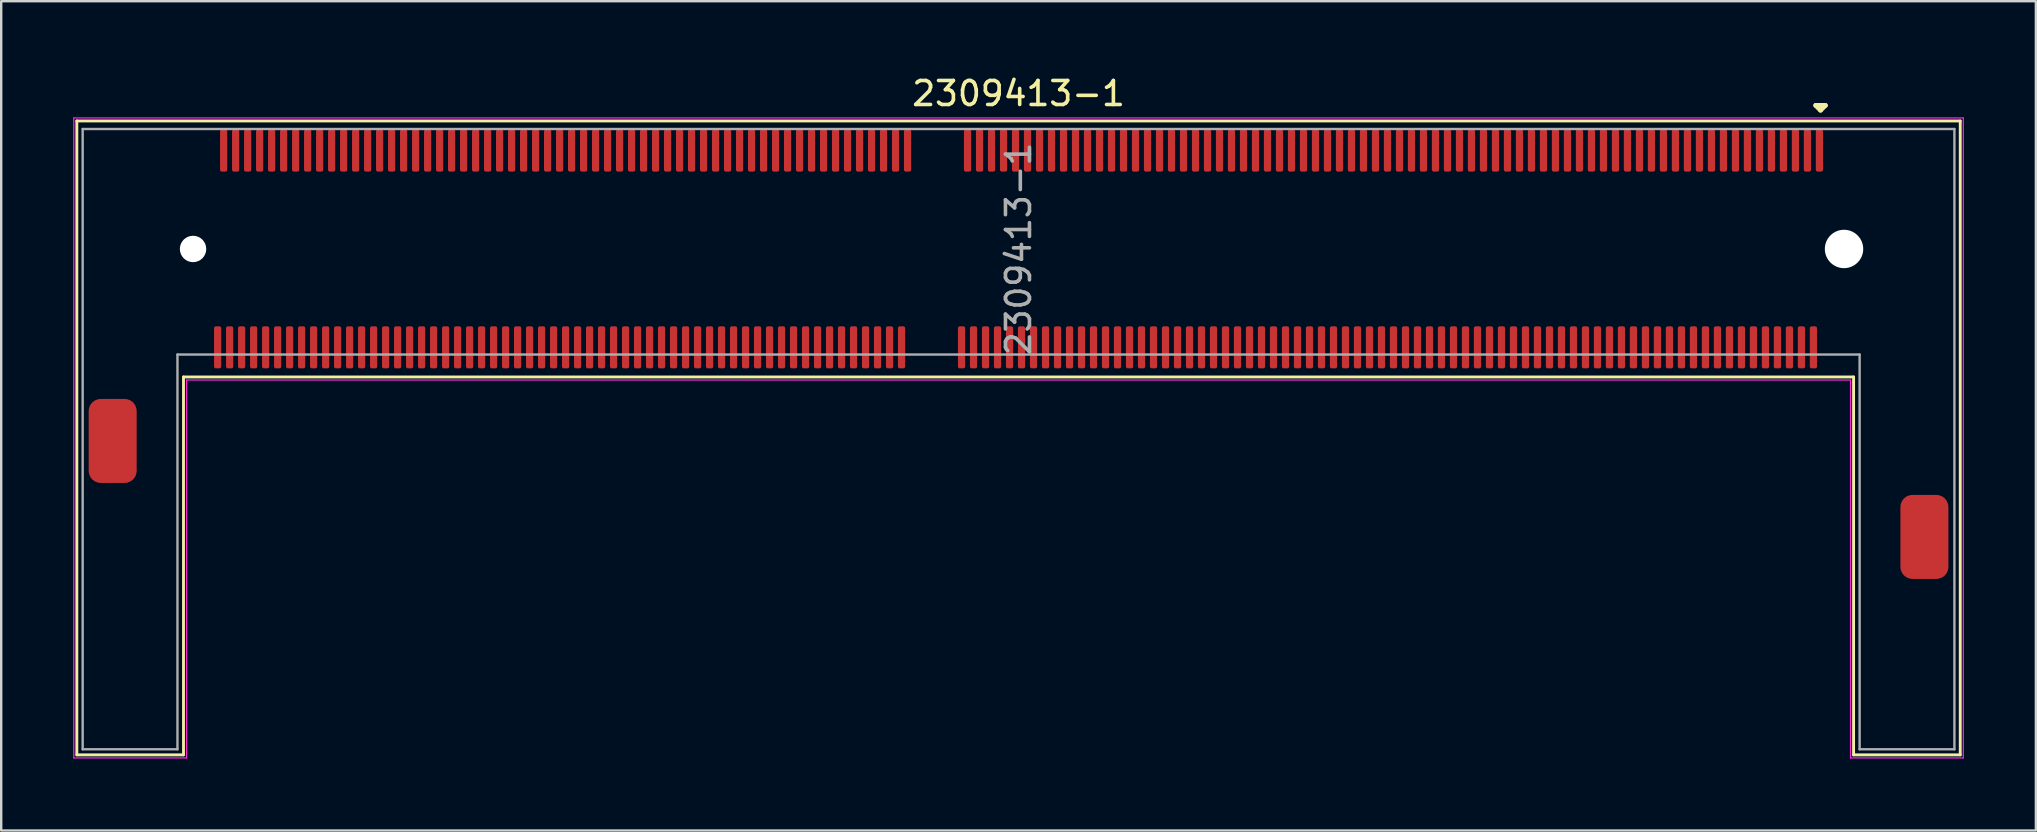
<source format=kicad_pcb>
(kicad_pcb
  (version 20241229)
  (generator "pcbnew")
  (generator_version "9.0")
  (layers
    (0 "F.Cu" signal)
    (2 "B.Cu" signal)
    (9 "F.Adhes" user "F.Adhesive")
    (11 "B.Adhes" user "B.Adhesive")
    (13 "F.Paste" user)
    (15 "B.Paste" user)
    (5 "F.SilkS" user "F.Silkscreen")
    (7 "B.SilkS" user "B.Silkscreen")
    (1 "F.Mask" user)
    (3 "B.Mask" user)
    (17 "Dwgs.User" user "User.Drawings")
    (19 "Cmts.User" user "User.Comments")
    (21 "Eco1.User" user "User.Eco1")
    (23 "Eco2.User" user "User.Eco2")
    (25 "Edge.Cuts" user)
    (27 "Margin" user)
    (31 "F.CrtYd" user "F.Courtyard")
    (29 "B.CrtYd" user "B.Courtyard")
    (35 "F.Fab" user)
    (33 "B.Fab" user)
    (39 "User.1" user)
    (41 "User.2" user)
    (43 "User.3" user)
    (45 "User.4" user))
  (footprint "2309413-1"
    (layer "F.Cu")
    (at 39.395 7.325)
    (property "Reference" "2309413-1" (at 0 -6.477 0) (layer "F.SilkS") (effects (font (size 1 1) (thickness 0.15))))
    (attr smd)
    (fp_line (start -39.243 -5.334) (end 39.243 -5.334) (stroke (width 0.12) (type solid)) (layer "F.SilkS"))
    (fp_line (start -39.243 21.082) (end -39.243 -5.334) (stroke (width 0.12) (type solid)) (layer "F.SilkS"))
    (fp_line (start -39.243 21.082) (end -34.798 21.082) (stroke (width 0.12) (type solid)) (layer "F.SilkS"))
    (fp_line (start -34.798 5.334) (end -34.798 21.082) (stroke (width 0.12) (type solid)) (layer "F.SilkS"))
    (fp_line (start -34.798 5.334) (end 34.798 5.334) (stroke (width 0.12) (type solid)) (layer "F.SilkS"))
    (fp_line (start 33.222 -5.983) (end 33.622 -5.983) (stroke (width 0.2) (type solid)) (layer "F.SilkS"))
    (fp_line (start 33.422 -5.783) (end 33.222 -5.983) (stroke (width 0.2) (type solid)) (layer "F.SilkS"))
    (fp_line (start 33.622 -5.983) (end 33.422 -5.783) (stroke (width 0.2) (type solid)) (layer "F.SilkS"))
    (fp_line (start 34.798 21.082) (end 34.798 5.334) (stroke (width 0.12) (type solid)) (layer "F.SilkS"))
    (fp_line (start 34.798 21.082) (end 39.243 21.082) (stroke (width 0.12) (type solid)) (layer "F.SilkS"))
    (fp_line (start 39.243 -5.334) (end 39.243 21.082) (stroke (width 0.12) (type solid)) (layer "F.SilkS"))
    (fp_line (start -39.37 -5.461) (end -39.37 21.209) (stroke (width 0.05) (type solid)) (layer "F.CrtYd"))
    (fp_line (start -39.37 21.209) (end -34.671 21.209) (stroke (width 0.05) (type solid)) (layer "F.CrtYd"))
    (fp_line (start -34.671 5.461) (end 34.671 5.461) (stroke (width 0.05) (type solid)) (layer "F.CrtYd"))
    (fp_line (start -34.671 21.209) (end -34.671 5.461) (stroke (width 0.05) (type solid)) (layer "F.CrtYd"))
    (fp_line (start 34.671 21.209) (end 34.671 5.461) (stroke (width 0.05) (type solid)) (layer "F.CrtYd"))
    (fp_line (start 39.37 -5.461) (end -39.37 -5.461) (stroke (width 0.05) (type solid)) (layer "F.CrtYd"))
    (fp_line (start 39.37 21.209) (end 34.671 21.209) (stroke (width 0.05) (type solid)) (layer "F.CrtYd"))
    (fp_line (start 39.37 21.209) (end 39.37 -5.461) (stroke (width 0.05) (type solid)) (layer "F.CrtYd"))
    (fp_line (start -39 -5) (end 39 -5) (stroke (width 0.1) (type solid)) (layer "F.Fab"))
    (fp_line (start -39 20.85) (end -39 -5) (stroke (width 0.1) (type solid)) (layer "F.Fab"))
    (fp_line (start -35.05 20.85) (end -39 20.85) (stroke (width 0.1) (type solid)) (layer "F.Fab"))
    (fp_line (start -35.05 20.85) (end -35.05 4.4) (stroke (width 0.1) (type solid)) (layer "F.Fab"))
    (fp_line (start 35.05 4.4) (end -35.05 4.4) (stroke (width 0.1) (type solid)) (layer "F.Fab"))
    (fp_line (start 35.05 20.85) (end 35.05 4.4) (stroke (width 0.1) (type solid)) (layer "F.Fab"))
    (fp_line (start 39 -5) (end 39 20.85) (stroke (width 0.1) (type solid)) (layer "F.Fab"))
    (fp_line (start 39 20.85) (end 35.05 20.85) (stroke (width 0.1) (type solid)) (layer "F.Fab"))
    (fp_text user "${REFERENCE}" (at 0 0 90) (layer "F.Fab") (effects (font (size 1 1) (thickness 0.15))))
    (pad "" np_thru_hole circle (at -34.4 0) (size 1.1 1.1) (drill 1.1) (layers "*.Cu" "*.Mask"))
    (pad "" np_thru_hole circle (at 34.4 0) (size 1.6 1.6) (drill 1.6) (layers "*.Cu" "*.Mask"))
    (pad "1" smd roundrect (at 33.375 -4.1) (size 0.3 1.75) (layers "F.Cu" "F.Mask" "F.Paste") (roundrect_rratio 0.25))
    (pad "2" smd roundrect (at 33.125 4.1) (size 0.3 1.75) (layers "F.Cu" "F.Mask" "F.Paste") (roundrect_rratio 0.25))
    (pad "3" smd roundrect (at 32.875 -4.1) (size 0.3 1.75) (layers "F.Cu" "F.Mask" "F.Paste") (roundrect_rratio 0.25))
    (pad "4" smd roundrect (at 32.625 4.1) (size 0.3 1.75) (layers "F.Cu" "F.Mask" "F.Paste") (roundrect_rratio 0.25))
    (pad "5" smd roundrect (at 32.375 -4.1) (size 0.3 1.75) (layers "F.Cu" "F.Mask" "F.Paste") (roundrect_rratio 0.25))
    (pad "6" smd roundrect (at 32.125 4.1) (size 0.3 1.75) (layers "F.Cu" "F.Mask" "F.Paste") (roundrect_rratio 0.25))
    (pad "7" smd roundrect (at 31.875 -4.1) (size 0.3 1.75) (layers "F.Cu" "F.Mask" "F.Paste") (roundrect_rratio 0.25))
    (pad "8" smd roundrect (at 31.625 4.1) (size 0.3 1.75) (layers "F.Cu" "F.Mask" "F.Paste") (roundrect_rratio 0.25))
    (pad "9" smd roundrect (at 31.375 -4.1) (size 0.3 1.75) (layers "F.Cu" "F.Mask" "F.Paste") (roundrect_rratio 0.25))
    (pad "10" smd roundrect (at 31.125 4.1) (size 0.3 1.75) (layers "F.Cu" "F.Mask" "F.Paste") (roundrect_rratio 0.25))
    (pad "11" smd roundrect (at 30.875 -4.1) (size 0.3 1.75) (layers "F.Cu" "F.Mask" "F.Paste") (roundrect_rratio 0.25))
    (pad "12" smd roundrect (at 30.625 4.1) (size 0.3 1.75) (layers "F.Cu" "F.Mask" "F.Paste") (roundrect_rratio 0.25))
    (pad "13" smd roundrect (at 30.375 -4.1) (size 0.3 1.75) (layers "F.Cu" "F.Mask" "F.Paste") (roundrect_rratio 0.25))
    (pad "14" smd roundrect (at 30.125 4.1) (size 0.3 1.75) (layers "F.Cu" "F.Mask" "F.Paste") (roundrect_rratio 0.25))
    (pad "15" smd roundrect (at 29.875 -4.1) (size 0.3 1.75) (layers "F.Cu" "F.Mask" "F.Paste") (roundrect_rratio 0.25))
    (pad "16" smd roundrect (at 29.625 4.1) (size 0.3 1.75) (layers "F.Cu" "F.Mask" "F.Paste") (roundrect_rratio 0.25))
    (pad "17" smd roundrect (at 29.375 -4.1) (size 0.3 1.75) (layers "F.Cu" "F.Mask" "F.Paste") (roundrect_rratio 0.25))
    (pad "18" smd roundrect (at 29.125 4.1) (size 0.3 1.75) (layers "F.Cu" "F.Mask" "F.Paste") (roundrect_rratio 0.25))
    (pad "19" smd roundrect (at 28.875 -4.1) (size 0.3 1.75) (layers "F.Cu" "F.Mask" "F.Paste") (roundrect_rratio 0.25))
    (pad "20" smd roundrect (at 28.625 4.1) (size 0.3 1.75) (layers "F.Cu" "F.Mask" "F.Paste") (roundrect_rratio 0.25))
    (pad "21" smd roundrect (at 28.375 -4.1) (size 0.3 1.75) (layers "F.Cu" "F.Mask" "F.Paste") (roundrect_rratio 0.25))
    (pad "22" smd roundrect (at 28.125 4.1) (size 0.3 1.75) (layers "F.Cu" "F.Mask" "F.Paste") (roundrect_rratio 0.25))
    (pad "23" smd roundrect (at 27.875 -4.1) (size 0.3 1.75) (layers "F.Cu" "F.Mask" "F.Paste") (roundrect_rratio 0.25))
    (pad "24" smd roundrect (at 27.625 4.1) (size 0.3 1.75) (layers "F.Cu" "F.Mask" "F.Paste") (roundrect_rratio 0.25))
    (pad "25" smd roundrect (at 27.375 -4.1) (size 0.3 1.75) (layers "F.Cu" "F.Mask" "F.Paste") (roundrect_rratio 0.25))
    (pad "26" smd roundrect (at 27.125 4.1) (size 0.3 1.75) (layers "F.Cu" "F.Mask" "F.Paste") (roundrect_rratio 0.25))
    (pad "27" smd roundrect (at 26.875 -4.1) (size 0.3 1.75) (layers "F.Cu" "F.Mask" "F.Paste") (roundrect_rratio 0.25))
    (pad "28" smd roundrect (at 26.625 4.1) (size 0.3 1.75) (layers "F.Cu" "F.Mask" "F.Paste") (roundrect_rratio 0.25))
    (pad "29" smd roundrect (at 26.375 -4.1) (size 0.3 1.75) (layers "F.Cu" "F.Mask" "F.Paste") (roundrect_rratio 0.25))
    (pad "30" smd roundrect (at 26.125 4.1) (size 0.3 1.75) (layers "F.Cu" "F.Mask" "F.Paste") (roundrect_rratio 0.25))
    (pad "31" smd roundrect (at 25.875 -4.1) (size 0.3 1.75) (layers "F.Cu" "F.Mask" "F.Paste") (roundrect_rratio 0.25))
    (pad "32" smd roundrect (at 25.625 4.1) (size 0.3 1.75) (layers "F.Cu" "F.Mask" "F.Paste") (roundrect_rratio 0.25))
    (pad "33" smd roundrect (at 25.375 -4.1) (size 0.3 1.75) (layers "F.Cu" "F.Mask" "F.Paste") (roundrect_rratio 0.25))
    (pad "34" smd roundrect (at 25.125 4.1) (size 0.3 1.75) (layers "F.Cu" "F.Mask" "F.Paste") (roundrect_rratio 0.25))
    (pad "35" smd roundrect (at 24.875 -4.1) (size 0.3 1.75) (layers "F.Cu" "F.Mask" "F.Paste") (roundrect_rratio 0.25))
    (pad "36" smd roundrect (at 24.625 4.1) (size 0.3 1.75) (layers "F.Cu" "F.Mask" "F.Paste") (roundrect_rratio 0.25))
    (pad "37" smd roundrect (at 24.375 -4.1) (size 0.3 1.75) (layers "F.Cu" "F.Mask" "F.Paste") (roundrect_rratio 0.25))
    (pad "38" smd roundrect (at 24.125 4.1) (size 0.3 1.75) (layers "F.Cu" "F.Mask" "F.Paste") (roundrect_rratio 0.25))
    (pad "39" smd roundrect (at 23.875 -4.1) (size 0.3 1.75) (layers "F.Cu" "F.Mask" "F.Paste") (roundrect_rratio 0.25))
    (pad "40" smd roundrect (at 23.625 4.1) (size 0.3 1.75) (layers "F.Cu" "F.Mask" "F.Paste") (roundrect_rratio 0.25))
    (pad "41" smd roundrect (at 23.375 -4.1) (size 0.3 1.75) (layers "F.Cu" "F.Mask" "F.Paste") (roundrect_rratio 0.25))
    (pad "42" smd roundrect (at 23.125 4.1) (size 0.3 1.75) (layers "F.Cu" "F.Mask" "F.Paste") (roundrect_rratio 0.25))
    (pad "43" smd roundrect (at 22.875 -4.1) (size 0.3 1.75) (layers "F.Cu" "F.Mask" "F.Paste") (roundrect_rratio 0.25))
    (pad "44" smd roundrect (at 22.625 4.1) (size 0.3 1.75) (layers "F.Cu" "F.Mask" "F.Paste") (roundrect_rratio 0.25))
    (pad "45" smd roundrect (at 22.375 -4.1) (size 0.3 1.75) (layers "F.Cu" "F.Mask" "F.Paste") (roundrect_rratio 0.25))
    (pad "46" smd roundrect (at 22.125 4.1) (size 0.3 1.75) (layers "F.Cu" "F.Mask" "F.Paste") (roundrect_rratio 0.25))
    (pad "47" smd roundrect (at 21.875 -4.1) (size 0.3 1.75) (layers "F.Cu" "F.Mask" "F.Paste") (roundrect_rratio 0.25))
    (pad "48" smd roundrect (at 21.625 4.1) (size 0.3 1.75) (layers "F.Cu" "F.Mask" "F.Paste") (roundrect_rratio 0.25))
    (pad "49" smd roundrect (at 21.375 -4.1) (size 0.3 1.75) (layers "F.Cu" "F.Mask" "F.Paste") (roundrect_rratio 0.25))
    (pad "50" smd roundrect (at 21.125 4.1) (size 0.3 1.75) (layers "F.Cu" "F.Mask" "F.Paste") (roundrect_rratio 0.25))
    (pad "51" smd roundrect (at 20.875 -4.1) (size 0.3 1.75) (layers "F.Cu" "F.Mask" "F.Paste") (roundrect_rratio 0.25))
    (pad "52" smd roundrect (at 20.625 4.1) (size 0.3 1.75) (layers "F.Cu" "F.Mask" "F.Paste") (roundrect_rratio 0.25))
    (pad "53" smd roundrect (at 20.375 -4.1) (size 0.3 1.75) (layers "F.Cu" "F.Mask" "F.Paste") (roundrect_rratio 0.25))
    (pad "54" smd roundrect (at 20.125 4.1) (size 0.3 1.75) (layers "F.Cu" "F.Mask" "F.Paste") (roundrect_rratio 0.25))
    (pad "55" smd roundrect (at 19.875 -4.1) (size 0.3 1.75) (layers "F.Cu" "F.Mask" "F.Paste") (roundrect_rratio 0.25))
    (pad "56" smd roundrect (at 19.625 4.1) (size 0.3 1.75) (layers "F.Cu" "F.Mask" "F.Paste") (roundrect_rratio 0.25))
    (pad "57" smd roundrect (at 19.375 -4.1) (size 0.3 1.75) (layers "F.Cu" "F.Mask" "F.Paste") (roundrect_rratio 0.25))
    (pad "58" smd roundrect (at 19.125 4.1) (size 0.3 1.75) (layers "F.Cu" "F.Mask" "F.Paste") (roundrect_rratio 0.25))
    (pad "59" smd roundrect (at 18.875 -4.1) (size 0.3 1.75) (layers "F.Cu" "F.Mask" "F.Paste") (roundrect_rratio 0.25))
    (pad "60" smd roundrect (at 18.625 4.1) (size 0.3 1.75) (layers "F.Cu" "F.Mask" "F.Paste") (roundrect_rratio 0.25))
    (pad "61" smd roundrect (at 18.375 -4.1) (size 0.3 1.75) (layers "F.Cu" "F.Mask" "F.Paste") (roundrect_rratio 0.25))
    (pad "62" smd roundrect (at 18.125 4.1) (size 0.3 1.75) (layers "F.Cu" "F.Mask" "F.Paste") (roundrect_rratio 0.25))
    (pad "63" smd roundrect (at 17.875 -4.1) (size 0.3 1.75) (layers "F.Cu" "F.Mask" "F.Paste") (roundrect_rratio 0.25))
    (pad "64" smd roundrect (at 17.625 4.1) (size 0.3 1.75) (layers "F.Cu" "F.Mask" "F.Paste") (roundrect_rratio 0.25))
    (pad "65" smd roundrect (at 17.375 -4.1) (size 0.3 1.75) (layers "F.Cu" "F.Mask" "F.Paste") (roundrect_rratio 0.25))
    (pad "66" smd roundrect (at 17.125 4.1) (size 0.3 1.75) (layers "F.Cu" "F.Mask" "F.Paste") (roundrect_rratio 0.25))
    (pad "67" smd roundrect (at 16.875 -4.1) (size 0.3 1.75) (layers "F.Cu" "F.Mask" "F.Paste") (roundrect_rratio 0.25))
    (pad "68" smd roundrect (at 16.625 4.1) (size 0.3 1.75) (layers "F.Cu" "F.Mask" "F.Paste") (roundrect_rratio 0.25))
    (pad "69" smd roundrect (at 16.375 -4.1) (size 0.3 1.75) (layers "F.Cu" "F.Mask" "F.Paste") (roundrect_rratio 0.25))
    (pad "70" smd roundrect (at 16.125 4.1) (size 0.3 1.75) (layers "F.Cu" "F.Mask" "F.Paste") (roundrect_rratio 0.25))
    (pad "71" smd roundrect (at 15.875 -4.1) (size 0.3 1.75) (layers "F.Cu" "F.Mask" "F.Paste") (roundrect_rratio 0.25))
    (pad "72" smd roundrect (at 15.625 4.1) (size 0.3 1.75) (layers "F.Cu" "F.Mask" "F.Paste") (roundrect_rratio 0.25))
    (pad "73" smd roundrect (at 15.375 -4.1) (size 0.3 1.75) (layers "F.Cu" "F.Mask" "F.Paste") (roundrect_rratio 0.25))
    (pad "74" smd roundrect (at 15.125 4.1) (size 0.3 1.75) (layers "F.Cu" "F.Mask" "F.Paste") (roundrect_rratio 0.25))
    (pad "75" smd roundrect (at 14.875 -4.1) (size 0.3 1.75) (layers "F.Cu" "F.Mask" "F.Paste") (roundrect_rratio 0.25))
    (pad "76" smd roundrect (at 14.625 4.1) (size 0.3 1.75) (layers "F.Cu" "F.Mask" "F.Paste") (roundrect_rratio 0.25))
    (pad "77" smd roundrect (at 14.375 -4.1) (size 0.3 1.75) (layers "F.Cu" "F.Mask" "F.Paste") (roundrect_rratio 0.25))
    (pad "78" smd roundrect (at 14.125 4.1) (size 0.3 1.75) (layers "F.Cu" "F.Mask" "F.Paste") (roundrect_rratio 0.25))
    (pad "79" smd roundrect (at 13.875 -4.1) (size 0.3 1.75) (layers "F.Cu" "F.Mask" "F.Paste") (roundrect_rratio 0.25))
    (pad "80" smd roundrect (at 13.625 4.1) (size 0.3 1.75) (layers "F.Cu" "F.Mask" "F.Paste") (roundrect_rratio 0.25))
    (pad "81" smd roundrect (at 13.375 -4.1) (size 0.3 1.75) (layers "F.Cu" "F.Mask" "F.Paste") (roundrect_rratio 0.25))
    (pad "82" smd roundrect (at 13.125 4.1) (size 0.3 1.75) (layers "F.Cu" "F.Mask" "F.Paste") (roundrect_rratio 0.25))
    (pad "83" smd roundrect (at 12.875 -4.1) (size 0.3 1.75) (layers "F.Cu" "F.Mask" "F.Paste") (roundrect_rratio 0.25))
    (pad "84" smd roundrect (at 12.625 4.1) (size 0.3 1.75) (layers "F.Cu" "F.Mask" "F.Paste") (roundrect_rratio 0.25))
    (pad "85" smd roundrect (at 12.375 -4.1) (size 0.3 1.75) (layers "F.Cu" "F.Mask" "F.Paste") (roundrect_rratio 0.25))
    (pad "86" smd roundrect (at 12.125 4.1) (size 0.3 1.75) (layers "F.Cu" "F.Mask" "F.Paste") (roundrect_rratio 0.25))
    (pad "87" smd roundrect (at 11.875 -4.1) (size 0.3 1.75) (layers "F.Cu" "F.Mask" "F.Paste") (roundrect_rratio 0.25))
    (pad "88" smd roundrect (at 11.625 4.1) (size 0.3 1.75) (layers "F.Cu" "F.Mask" "F.Paste") (roundrect_rratio 0.25))
    (pad "89" smd roundrect (at 11.375 -4.1) (size 0.3 1.75) (layers "F.Cu" "F.Mask" "F.Paste") (roundrect_rratio 0.25))
    (pad "90" smd roundrect (at 11.125 4.1) (size 0.3 1.75) (layers "F.Cu" "F.Mask" "F.Paste") (roundrect_rratio 0.25))
    (pad "91" smd roundrect (at 10.875 -4.1) (size 0.3 1.75) (layers "F.Cu" "F.Mask" "F.Paste") (roundrect_rratio 0.25))
    (pad "92" smd roundrect (at 10.625 4.1) (size 0.3 1.75) (layers "F.Cu" "F.Mask" "F.Paste") (roundrect_rratio 0.25))
    (pad "93" smd roundrect (at 10.375 -4.1) (size 0.3 1.75) (layers "F.Cu" "F.Mask" "F.Paste") (roundrect_rratio 0.25))
    (pad "94" smd roundrect (at 10.125 4.1) (size 0.3 1.75) (layers "F.Cu" "F.Mask" "F.Paste") (roundrect_rratio 0.25))
    (pad "95" smd roundrect (at 9.875 -4.1) (size 0.3 1.75) (layers "F.Cu" "F.Mask" "F.Paste") (roundrect_rratio 0.25))
    (pad "96" smd roundrect (at 9.625 4.1) (size 0.3 1.75) (layers "F.Cu" "F.Mask" "F.Paste") (roundrect_rratio 0.25))
    (pad "97" smd roundrect (at 9.375 -4.1) (size 0.3 1.75) (layers "F.Cu" "F.Mask" "F.Paste") (roundrect_rratio 0.25))
    (pad "98" smd roundrect (at 9.125 4.1) (size 0.3 1.75) (layers "F.Cu" "F.Mask" "F.Paste") (roundrect_rratio 0.25))
    (pad "99" smd roundrect (at 8.875 -4.1) (size 0.3 1.75) (layers "F.Cu" "F.Mask" "F.Paste") (roundrect_rratio 0.25))
    (pad "100" smd roundrect (at 8.625 4.1) (size 0.3 1.75) (layers "F.Cu" "F.Mask" "F.Paste") (roundrect_rratio 0.25))
    (pad "101" smd roundrect (at 8.375 -4.1) (size 0.3 1.75) (layers "F.Cu" "F.Mask" "F.Paste") (roundrect_rratio 0.25))
    (pad "102" smd roundrect (at 8.125 4.1) (size 0.3 1.75) (layers "F.Cu" "F.Mask" "F.Paste") (roundrect_rratio 0.25))
    (pad "103" smd roundrect (at 7.875 -4.1) (size 0.3 1.75) (layers "F.Cu" "F.Mask" "F.Paste") (roundrect_rratio 0.25))
    (pad "104" smd roundrect (at 7.625 4.1) (size 0.3 1.75) (layers "F.Cu" "F.Mask" "F.Paste") (roundrect_rratio 0.25))
    (pad "105" smd roundrect (at 7.375 -4.1) (size 0.3 1.75) (layers "F.Cu" "F.Mask" "F.Paste") (roundrect_rratio 0.25))
    (pad "106" smd roundrect (at 7.125 4.1) (size 0.3 1.75) (layers "F.Cu" "F.Mask" "F.Paste") (roundrect_rratio 0.25))
    (pad "107" smd roundrect (at 6.875 -4.1) (size 0.3 1.75) (layers "F.Cu" "F.Mask" "F.Paste") (roundrect_rratio 0.25))
    (pad "108" smd roundrect (at 6.625 4.1) (size 0.3 1.75) (layers "F.Cu" "F.Mask" "F.Paste") (roundrect_rratio 0.25))
    (pad "109" smd roundrect (at 6.375 -4.1) (size 0.3 1.75) (layers "F.Cu" "F.Mask" "F.Paste") (roundrect_rratio 0.25))
    (pad "110" smd roundrect (at 6.125 4.1) (size 0.3 1.75) (layers "F.Cu" "F.Mask" "F.Paste") (roundrect_rratio 0.25))
    (pad "111" smd roundrect (at 5.875 -4.1) (size 0.3 1.75) (layers "F.Cu" "F.Mask" "F.Paste") (roundrect_rratio 0.25))
    (pad "112" smd roundrect (at 5.625 4.1) (size 0.3 1.75) (layers "F.Cu" "F.Mask" "F.Paste") (roundrect_rratio 0.25))
    (pad "113" smd roundrect (at 5.375 -4.1) (size 0.3 1.75) (layers "F.Cu" "F.Mask" "F.Paste") (roundrect_rratio 0.25))
    (pad "114" smd roundrect (at 5.125 4.1) (size 0.3 1.75) (layers "F.Cu" "F.Mask" "F.Paste") (roundrect_rratio 0.25))
    (pad "115" smd roundrect (at 4.875 -4.1) (size 0.3 1.75) (layers "F.Cu" "F.Mask" "F.Paste") (roundrect_rratio 0.25))
    (pad "116" smd roundrect (at 4.625 4.1) (size 0.3 1.75) (layers "F.Cu" "F.Mask" "F.Paste") (roundrect_rratio 0.25))
    (pad "117" smd roundrect (at 4.375 -4.1) (size 0.3 1.75) (layers "F.Cu" "F.Mask" "F.Paste") (roundrect_rratio 0.25))
    (pad "118" smd roundrect (at 4.125 4.1) (size 0.3 1.75) (layers "F.Cu" "F.Mask" "F.Paste") (roundrect_rratio 0.25))
    (pad "119" smd roundrect (at 3.875 -4.1) (size 0.3 1.75) (layers "F.Cu" "F.Mask" "F.Paste") (roundrect_rratio 0.25))
    (pad "120" smd roundrect (at 3.625 4.1) (size 0.3 1.75) (layers "F.Cu" "F.Mask" "F.Paste") (roundrect_rratio 0.25))
    (pad "121" smd roundrect (at 3.375 -4.1) (size 0.3 1.75) (layers "F.Cu" "F.Mask" "F.Paste") (roundrect_rratio 0.25))
    (pad "122" smd roundrect (at 3.125 4.1) (size 0.3 1.75) (layers "F.Cu" "F.Mask" "F.Paste") (roundrect_rratio 0.25))
    (pad "123" smd roundrect (at 2.875 -4.1) (size 0.3 1.75) (layers "F.Cu" "F.Mask" "F.Paste") (roundrect_rratio 0.25))
    (pad "124" smd roundrect (at 2.625 4.1) (size 0.3 1.75) (layers "F.Cu" "F.Mask" "F.Paste") (roundrect_rratio 0.25))
    (pad "125" smd roundrect (at 2.375 -4.1) (size 0.3 1.75) (layers "F.Cu" "F.Mask" "F.Paste") (roundrect_rratio 0.25))
    (pad "126" smd roundrect (at 2.125 4.1) (size 0.3 1.75) (layers "F.Cu" "F.Mask" "F.Paste") (roundrect_rratio 0.25))
    (pad "127" smd roundrect (at 1.875 -4.1) (size 0.3 1.75) (layers "F.Cu" "F.Mask" "F.Paste") (roundrect_rratio 0.25))
    (pad "128" smd roundrect (at 1.625 4.1) (size 0.3 1.75) (layers "F.Cu" "F.Mask" "F.Paste") (roundrect_rratio 0.25))
    (pad "129" smd roundrect (at 1.375 -4.1) (size 0.3 1.75) (layers "F.Cu" "F.Mask" "F.Paste") (roundrect_rratio 0.25))
    (pad "130" smd roundrect (at 1.125 4.1) (size 0.3 1.75) (layers "F.Cu" "F.Mask" "F.Paste") (roundrect_rratio 0.25))
    (pad "131" smd roundrect (at 0.875 -4.1) (size 0.3 1.75) (layers "F.Cu" "F.Mask" "F.Paste") (roundrect_rratio 0.25))
    (pad "132" smd roundrect (at 0.625 4.1) (size 0.3 1.75) (layers "F.Cu" "F.Mask" "F.Paste") (roundrect_rratio 0.25))
    (pad "133" smd roundrect (at 0.375 -4.1) (size 0.3 1.75) (layers "F.Cu" "F.Mask" "F.Paste") (roundrect_rratio 0.25))
    (pad "134" smd roundrect (at 0.125 4.1) (size 0.3 1.75) (layers "F.Cu" "F.Mask" "F.Paste") (roundrect_rratio 0.25))
    (pad "135" smd roundrect (at -0.125 -4.1) (size 0.3 1.75) (layers "F.Cu" "F.Mask" "F.Paste") (roundrect_rratio 0.25))
    (pad "136" smd roundrect (at -0.375 4.1) (size 0.3 1.75) (layers "F.Cu" "F.Mask" "F.Paste") (roundrect_rratio 0.25))
    (pad "137" smd roundrect (at -0.625 -4.1) (size 0.3 1.75) (layers "F.Cu" "F.Mask" "F.Paste") (roundrect_rratio 0.25))
    (pad "138" smd roundrect (at -0.875 4.1) (size 0.3 1.75) (layers "F.Cu" "F.Mask" "F.Paste") (roundrect_rratio 0.25))
    (pad "139" smd roundrect (at -1.125 -4.1) (size 0.3 1.75) (layers "F.Cu" "F.Mask" "F.Paste") (roundrect_rratio 0.25))
    (pad "140" smd roundrect (at -1.375 4.1) (size 0.3 1.75) (layers "F.Cu" "F.Mask" "F.Paste") (roundrect_rratio 0.25))
    (pad "141" smd roundrect (at -1.625 -4.1) (size 0.3 1.75) (layers "F.Cu" "F.Mask" "F.Paste") (roundrect_rratio 0.25))
    (pad "142" smd roundrect (at -1.875 4.1) (size 0.3 1.75) (layers "F.Cu" "F.Mask" "F.Paste") (roundrect_rratio 0.25))
    (pad "143" smd roundrect (at -2.125 -4.1) (size 0.3 1.75) (layers "F.Cu" "F.Mask" "F.Paste") (roundrect_rratio 0.25))
    (pad "144" smd roundrect (at -2.375 4.1) (size 0.3 1.75) (layers "F.Cu" "F.Mask" "F.Paste") (roundrect_rratio 0.25))
    (pad "145" smd roundrect (at -4.625 -4.1) (size 0.3 1.75) (layers "F.Cu" "F.Mask" "F.Paste") (roundrect_rratio 0.25))
    (pad "146" smd roundrect (at -4.875 4.1) (size 0.3 1.75) (layers "F.Cu" "F.Mask" "F.Paste") (roundrect_rratio 0.25))
    (pad "147" smd roundrect (at -5.125 -4.1) (size 0.3 1.75) (layers "F.Cu" "F.Mask" "F.Paste") (roundrect_rratio 0.25))
    (pad "148" smd roundrect (at -5.375 4.1) (size 0.3 1.75) (layers "F.Cu" "F.Mask" "F.Paste") (roundrect_rratio 0.25))
    (pad "149" smd roundrect (at -5.625 -4.1) (size 0.3 1.75) (layers "F.Cu" "F.Mask" "F.Paste") (roundrect_rratio 0.25))
    (pad "150" smd roundrect (at -5.875 4.1) (size 0.3 1.75) (layers "F.Cu" "F.Mask" "F.Paste") (roundrect_rratio 0.25))
    (pad "151" smd roundrect (at -6.125 -4.1) (size 0.3 1.75) (layers "F.Cu" "F.Mask" "F.Paste") (roundrect_rratio 0.25))
    (pad "152" smd roundrect (at -6.375 4.1) (size 0.3 1.75) (layers "F.Cu" "F.Mask" "F.Paste") (roundrect_rratio 0.25))
    (pad "153" smd roundrect (at -6.625 -4.1) (size 0.3 1.75) (layers "F.Cu" "F.Mask" "F.Paste") (roundrect_rratio 0.25))
    (pad "154" smd roundrect (at -6.875 4.1) (size 0.3 1.75) (layers "F.Cu" "F.Mask" "F.Paste") (roundrect_rratio 0.25))
    (pad "155" smd roundrect (at -7.125 -4.1) (size 0.3 1.75) (layers "F.Cu" "F.Mask" "F.Paste") (roundrect_rratio 0.25))
    (pad "156" smd roundrect (at -7.375 4.1) (size 0.3 1.75) (layers "F.Cu" "F.Mask" "F.Paste") (roundrect_rratio 0.25))
    (pad "157" smd roundrect (at -7.625 -4.1) (size 0.3 1.75) (layers "F.Cu" "F.Mask" "F.Paste") (roundrect_rratio 0.25))
    (pad "158" smd roundrect (at -7.875 4.1) (size 0.3 1.75) (layers "F.Cu" "F.Mask" "F.Paste") (roundrect_rratio 0.25))
    (pad "159" smd roundrect (at -8.125 -4.1) (size 0.3 1.75) (layers "F.Cu" "F.Mask" "F.Paste") (roundrect_rratio 0.25))
    (pad "160" smd roundrect (at -8.375 4.1) (size 0.3 1.75) (layers "F.Cu" "F.Mask" "F.Paste") (roundrect_rratio 0.25))
    (pad "161" smd roundrect (at -8.625 -4.1) (size 0.3 1.75) (layers "F.Cu" "F.Mask" "F.Paste") (roundrect_rratio 0.25))
    (pad "162" smd roundrect (at -8.875 4.1) (size 0.3 1.75) (layers "F.Cu" "F.Mask" "F.Paste") (roundrect_rratio 0.25))
    (pad "163" smd roundrect (at -9.125 -4.1) (size 0.3 1.75) (layers "F.Cu" "F.Mask" "F.Paste") (roundrect_rratio 0.25))
    (pad "164" smd roundrect (at -9.375 4.1) (size 0.3 1.75) (layers "F.Cu" "F.Mask" "F.Paste") (roundrect_rratio 0.25))
    (pad "165" smd roundrect (at -9.625 -4.1) (size 0.3 1.75) (layers "F.Cu" "F.Mask" "F.Paste") (roundrect_rratio 0.25))
    (pad "166" smd roundrect (at -9.875 4.1) (size 0.3 1.75) (layers "F.Cu" "F.Mask" "F.Paste") (roundrect_rratio 0.25))
    (pad "167" smd roundrect (at -10.125 -4.1) (size 0.3 1.75) (layers "F.Cu" "F.Mask" "F.Paste") (roundrect_rratio 0.25))
    (pad "168" smd roundrect (at -10.375 4.1) (size 0.3 1.75) (layers "F.Cu" "F.Mask" "F.Paste") (roundrect_rratio 0.25))
    (pad "169" smd roundrect (at -10.625 -4.1) (size 0.3 1.75) (layers "F.Cu" "F.Mask" "F.Paste") (roundrect_rratio 0.25))
    (pad "170" smd roundrect (at -10.875 4.1) (size 0.3 1.75) (layers "F.Cu" "F.Mask" "F.Paste") (roundrect_rratio 0.25))
    (pad "171" smd roundrect (at -11.125 -4.1) (size 0.3 1.75) (layers "F.Cu" "F.Mask" "F.Paste") (roundrect_rratio 0.25))
    (pad "172" smd roundrect (at -11.375 4.1) (size 0.3 1.75) (layers "F.Cu" "F.Mask" "F.Paste") (roundrect_rratio 0.25))
    (pad "173" smd roundrect (at -11.625 -4.1) (size 0.3 1.75) (layers "F.Cu" "F.Mask" "F.Paste") (roundrect_rratio 0.25))
    (pad "174" smd roundrect (at -11.875 4.1) (size 0.3 1.75) (layers "F.Cu" "F.Mask" "F.Paste") (roundrect_rratio 0.25))
    (pad "175" smd roundrect (at -12.125 -4.1) (size 0.3 1.75) (layers "F.Cu" "F.Mask" "F.Paste") (roundrect_rratio 0.25))
    (pad "176" smd roundrect (at -12.375 4.1) (size 0.3 1.75) (layers "F.Cu" "F.Mask" "F.Paste") (roundrect_rratio 0.25))
    (pad "177" smd roundrect (at -12.625 -4.1) (size 0.3 1.75) (layers "F.Cu" "F.Mask" "F.Paste") (roundrect_rratio 0.25))
    (pad "178" smd roundrect (at -12.875 4.1) (size 0.3 1.75) (layers "F.Cu" "F.Mask" "F.Paste") (roundrect_rratio 0.25))
    (pad "179" smd roundrect (at -13.125 -4.1) (size 0.3 1.75) (layers "F.Cu" "F.Mask" "F.Paste") (roundrect_rratio 0.25))
    (pad "180" smd roundrect (at -13.375 4.1) (size 0.3 1.75) (layers "F.Cu" "F.Mask" "F.Paste") (roundrect_rratio 0.25))
    (pad "181" smd roundrect (at -13.625 -4.1) (size 0.3 1.75) (layers "F.Cu" "F.Mask" "F.Paste") (roundrect_rratio 0.25))
    (pad "182" smd roundrect (at -13.875 4.1) (size 0.3 1.75) (layers "F.Cu" "F.Mask" "F.Paste") (roundrect_rratio 0.25))
    (pad "183" smd roundrect (at -14.125 -4.1) (size 0.3 1.75) (layers "F.Cu" "F.Mask" "F.Paste") (roundrect_rratio 0.25))
    (pad "184" smd roundrect (at -14.375 4.1) (size 0.3 1.75) (layers "F.Cu" "F.Mask" "F.Paste") (roundrect_rratio 0.25))
    (pad "185" smd roundrect (at -14.625 -4.1) (size 0.3 1.75) (layers "F.Cu" "F.Mask" "F.Paste") (roundrect_rratio 0.25))
    (pad "186" smd roundrect (at -14.875 4.1) (size 0.3 1.75) (layers "F.Cu" "F.Mask" "F.Paste") (roundrect_rratio 0.25))
    (pad "187" smd roundrect (at -15.125 -4.1) (size 0.3 1.75) (layers "F.Cu" "F.Mask" "F.Paste") (roundrect_rratio 0.25))
    (pad "188" smd roundrect (at -15.375 4.1) (size 0.3 1.75) (layers "F.Cu" "F.Mask" "F.Paste") (roundrect_rratio 0.25))
    (pad "189" smd roundrect (at -15.625 -4.1) (size 0.3 1.75) (layers "F.Cu" "F.Mask" "F.Paste") (roundrect_rratio 0.25))
    (pad "190" smd roundrect (at -15.875 4.1) (size 0.3 1.75) (layers "F.Cu" "F.Mask" "F.Paste") (roundrect_rratio 0.25))
    (pad "191" smd roundrect (at -16.125 -4.1) (size 0.3 1.75) (layers "F.Cu" "F.Mask" "F.Paste") (roundrect_rratio 0.25))
    (pad "192" smd roundrect (at -16.375 4.1) (size 0.3 1.75) (layers "F.Cu" "F.Mask" "F.Paste") (roundrect_rratio 0.25))
    (pad "193" smd roundrect (at -16.625 -4.1) (size 0.3 1.75) (layers "F.Cu" "F.Mask" "F.Paste") (roundrect_rratio 0.25))
    (pad "194" smd roundrect (at -16.875 4.1) (size 0.3 1.75) (layers "F.Cu" "F.Mask" "F.Paste") (roundrect_rratio 0.25))
    (pad "195" smd roundrect (at -17.125 -4.1) (size 0.3 1.75) (layers "F.Cu" "F.Mask" "F.Paste") (roundrect_rratio 0.25))
    (pad "196" smd roundrect (at -17.375 4.1) (size 0.3 1.75) (layers "F.Cu" "F.Mask" "F.Paste") (roundrect_rratio 0.25))
    (pad "197" smd roundrect (at -17.625 -4.1) (size 0.3 1.75) (layers "F.Cu" "F.Mask" "F.Paste") (roundrect_rratio 0.25))
    (pad "198" smd roundrect (at -17.875 4.1) (size 0.3 1.75) (layers "F.Cu" "F.Mask" "F.Paste") (roundrect_rratio 0.25))
    (pad "199" smd roundrect (at -18.125 -4.1) (size 0.3 1.75) (layers "F.Cu" "F.Mask" "F.Paste") (roundrect_rratio 0.25))
    (pad "200" smd roundrect (at -18.375 4.1) (size 0.3 1.75) (layers "F.Cu" "F.Mask" "F.Paste") (roundrect_rratio 0.25))
    (pad "201" smd roundrect (at -18.625 -4.1) (size 0.3 1.75) (layers "F.Cu" "F.Mask" "F.Paste") (roundrect_rratio 0.25))
    (pad "202" smd roundrect (at -18.875 4.1) (size 0.3 1.75) (layers "F.Cu" "F.Mask" "F.Paste") (roundrect_rratio 0.25))
    (pad "203" smd roundrect (at -19.125 -4.1) (size 0.3 1.75) (layers "F.Cu" "F.Mask" "F.Paste") (roundrect_rratio 0.25))
    (pad "204" smd roundrect (at -19.375 4.1) (size 0.3 1.75) (layers "F.Cu" "F.Mask" "F.Paste") (roundrect_rratio 0.25))
    (pad "205" smd roundrect (at -19.625 -4.1) (size 0.3 1.75) (layers "F.Cu" "F.Mask" "F.Paste") (roundrect_rratio 0.25))
    (pad "206" smd roundrect (at -19.875 4.1) (size 0.3 1.75) (layers "F.Cu" "F.Mask" "F.Paste") (roundrect_rratio 0.25))
    (pad "207" smd roundrect (at -20.125 -4.1) (size 0.3 1.75) (layers "F.Cu" "F.Mask" "F.Paste") (roundrect_rratio 0.25))
    (pad "208" smd roundrect (at -20.375 4.1) (size 0.3 1.75) (layers "F.Cu" "F.Mask" "F.Paste") (roundrect_rratio 0.25))
    (pad "209" smd roundrect (at -20.625 -4.1) (size 0.3 1.75) (layers "F.Cu" "F.Mask" "F.Paste") (roundrect_rratio 0.25))
    (pad "210" smd roundrect (at -20.875 4.1) (size 0.3 1.75) (layers "F.Cu" "F.Mask" "F.Paste") (roundrect_rratio 0.25))
    (pad "211" smd roundrect (at -21.125 -4.1) (size 0.3 1.75) (layers "F.Cu" "F.Mask" "F.Paste") (roundrect_rratio 0.25))
    (pad "212" smd roundrect (at -21.375 4.1) (size 0.3 1.75) (layers "F.Cu" "F.Mask" "F.Paste") (roundrect_rratio 0.25))
    (pad "213" smd roundrect (at -21.625 -4.1) (size 0.3 1.75) (layers "F.Cu" "F.Mask" "F.Paste") (roundrect_rratio 0.25))
    (pad "214" smd roundrect (at -21.875 4.1) (size 0.3 1.75) (layers "F.Cu" "F.Mask" "F.Paste") (roundrect_rratio 0.25))
    (pad "215" smd roundrect (at -22.125 -4.1) (size 0.3 1.75) (layers "F.Cu" "F.Mask" "F.Paste") (roundrect_rratio 0.25))
    (pad "216" smd roundrect (at -22.375 4.1) (size 0.3 1.75) (layers "F.Cu" "F.Mask" "F.Paste") (roundrect_rratio 0.25))
    (pad "217" smd roundrect (at -22.625 -4.1) (size 0.3 1.75) (layers "F.Cu" "F.Mask" "F.Paste") (roundrect_rratio 0.25))
    (pad "218" smd roundrect (at -22.875 4.1) (size 0.3 1.75) (layers "F.Cu" "F.Mask" "F.Paste") (roundrect_rratio 0.25))
    (pad "219" smd roundrect (at -23.125 -4.1) (size 0.3 1.75) (layers "F.Cu" "F.Mask" "F.Paste") (roundrect_rratio 0.25))
    (pad "220" smd roundrect (at -23.375 4.1) (size 0.3 1.75) (layers "F.Cu" "F.Mask" "F.Paste") (roundrect_rratio 0.25))
    (pad "221" smd roundrect (at -23.625 -4.1) (size 0.3 1.75) (layers "F.Cu" "F.Mask" "F.Paste") (roundrect_rratio 0.25))
    (pad "222" smd roundrect (at -23.875 4.1) (size 0.3 1.75) (layers "F.Cu" "F.Mask" "F.Paste") (roundrect_rratio 0.25))
    (pad "223" smd roundrect (at -24.125 -4.1) (size 0.3 1.75) (layers "F.Cu" "F.Mask" "F.Paste") (roundrect_rratio 0.25))
    (pad "224" smd roundrect (at -24.375 4.1) (size 0.3 1.75) (layers "F.Cu" "F.Mask" "F.Paste") (roundrect_rratio 0.25))
    (pad "225" smd roundrect (at -24.625 -4.1) (size 0.3 1.75) (layers "F.Cu" "F.Mask" "F.Paste") (roundrect_rratio 0.25))
    (pad "226" smd roundrect (at -24.875 4.1) (size 0.3 1.75) (layers "F.Cu" "F.Mask" "F.Paste") (roundrect_rratio 0.25))
    (pad "227" smd roundrect (at -25.125 -4.1) (size 0.3 1.75) (layers "F.Cu" "F.Mask" "F.Paste") (roundrect_rratio 0.25))
    (pad "228" smd roundrect (at -25.375 4.1) (size 0.3 1.75) (layers "F.Cu" "F.Mask" "F.Paste") (roundrect_rratio 0.25))
    (pad "229" smd roundrect (at -25.625 -4.1) (size 0.3 1.75) (layers "F.Cu" "F.Mask" "F.Paste") (roundrect_rratio 0.25))
    (pad "230" smd roundrect (at -25.875 4.1) (size 0.3 1.75) (layers "F.Cu" "F.Mask" "F.Paste") (roundrect_rratio 0.25))
    (pad "231" smd roundrect (at -26.125 -4.1) (size 0.3 1.75) (layers "F.Cu" "F.Mask" "F.Paste") (roundrect_rratio 0.25))
    (pad "232" smd roundrect (at -26.375 4.1) (size 0.3 1.75) (layers "F.Cu" "F.Mask" "F.Paste") (roundrect_rratio 0.25))
    (pad "233" smd roundrect (at -26.625 -4.1) (size 0.3 1.75) (layers "F.Cu" "F.Mask" "F.Paste") (roundrect_rratio 0.25))
    (pad "234" smd roundrect (at -26.875 4.1) (size 0.3 1.75) (layers "F.Cu" "F.Mask" "F.Paste") (roundrect_rratio 0.25))
    (pad "235" smd roundrect (at -27.125 -4.1) (size 0.3 1.75) (layers "F.Cu" "F.Mask" "F.Paste") (roundrect_rratio 0.25))
    (pad "236" smd roundrect (at -27.375 4.1) (size 0.3 1.75) (layers "F.Cu" "F.Mask" "F.Paste") (roundrect_rratio 0.25))
    (pad "237" smd roundrect (at -27.625 -4.1) (size 0.3 1.75) (layers "F.Cu" "F.Mask" "F.Paste") (roundrect_rratio 0.25))
    (pad "238" smd roundrect (at -27.875 4.1) (size 0.3 1.75) (layers "F.Cu" "F.Mask" "F.Paste") (roundrect_rratio 0.25))
    (pad "239" smd roundrect (at -28.125 -4.1) (size 0.3 1.75) (layers "F.Cu" "F.Mask" "F.Paste") (roundrect_rratio 0.25))
    (pad "240" smd roundrect (at -28.375 4.1) (size 0.3 1.75) (layers "F.Cu" "F.Mask" "F.Paste") (roundrect_rratio 0.25))
    (pad "241" smd roundrect (at -28.625 -4.1) (size 0.3 1.75) (layers "F.Cu" "F.Mask" "F.Paste") (roundrect_rratio 0.25))
    (pad "242" smd roundrect (at -28.875 4.1) (size 0.3 1.75) (layers "F.Cu" "F.Mask" "F.Paste") (roundrect_rratio 0.25))
    (pad "243" smd roundrect (at -29.125 -4.1) (size 0.3 1.75) (layers "F.Cu" "F.Mask" "F.Paste") (roundrect_rratio 0.25))
    (pad "244" smd roundrect (at -29.375 4.1) (size 0.3 1.75) (layers "F.Cu" "F.Mask" "F.Paste") (roundrect_rratio 0.25))
    (pad "245" smd roundrect (at -29.625 -4.1) (size 0.3 1.75) (layers "F.Cu" "F.Mask" "F.Paste") (roundrect_rratio 0.25))
    (pad "246" smd roundrect (at -29.875 4.1) (size 0.3 1.75) (layers "F.Cu" "F.Mask" "F.Paste") (roundrect_rratio 0.25))
    (pad "247" smd roundrect (at -30.125 -4.1) (size 0.3 1.75) (layers "F.Cu" "F.Mask" "F.Paste") (roundrect_rratio 0.25))
    (pad "248" smd roundrect (at -30.375 4.1) (size 0.3 1.75) (layers "F.Cu" "F.Mask" "F.Paste") (roundrect_rratio 0.25))
    (pad "249" smd roundrect (at -30.625 -4.1) (size 0.3 1.75) (layers "F.Cu" "F.Mask" "F.Paste") (roundrect_rratio 0.25))
    (pad "250" smd roundrect (at -30.875 4.1) (size 0.3 1.75) (layers "F.Cu" "F.Mask" "F.Paste") (roundrect_rratio 0.25))
    (pad "251" smd roundrect (at -31.125 -4.1) (size 0.3 1.75) (layers "F.Cu" "F.Mask" "F.Paste") (roundrect_rratio 0.25))
    (pad "252" smd roundrect (at -31.375 4.1) (size 0.3 1.75) (layers "F.Cu" "F.Mask" "F.Paste") (roundrect_rratio 0.25))
    (pad "253" smd roundrect (at -31.625 -4.1) (size 0.3 1.75) (layers "F.Cu" "F.Mask" "F.Paste") (roundrect_rratio 0.25))
    (pad "254" smd roundrect (at -31.875 4.1) (size 0.3 1.75) (layers "F.Cu" "F.Mask" "F.Paste") (roundrect_rratio 0.25))
    (pad "255" smd roundrect (at -32.125 -4.1) (size 0.3 1.75) (layers "F.Cu" "F.Mask" "F.Paste") (roundrect_rratio 0.25))
    (pad "256" smd roundrect (at -32.375 4.1) (size 0.3 1.75) (layers "F.Cu" "F.Mask" "F.Paste") (roundrect_rratio 0.25))
    (pad "257" smd roundrect (at -32.625 -4.1) (size 0.3 1.75) (layers "F.Cu" "F.Mask" "F.Paste") (roundrect_rratio 0.25))
    (pad "258" smd roundrect (at -32.875 4.1) (size 0.3 1.75) (layers "F.Cu" "F.Mask" "F.Paste") (roundrect_rratio 0.25))
    (pad "259" smd roundrect (at -33.125 -4.1) (size 0.3 1.75) (layers "F.Cu" "F.Mask" "F.Paste") (roundrect_rratio 0.25))
    (pad "260" smd roundrect (at -33.375 4.1) (size 0.3 1.75) (layers "F.Cu" "F.Mask" "F.Paste") (roundrect_rratio 0.25))
    (pad "261" smd roundrect (at -37.75 8) (size 2 3.5) (layers "F.Cu" "F.Mask" "F.Paste") (roundrect_rratio 0.25))
    (pad "262" smd roundrect (at 37.75 12) (size 2 3.5) (layers "F.Cu" "F.Mask" "F.Paste") (roundrect_rratio 0.25)))
  (gr_rect
    (start -3 -3)
    (end 81.79 31.559)
    (stroke (width 0.1) (type default))
    (fill no)
    (layer "Edge.Cuts")))
</source>
